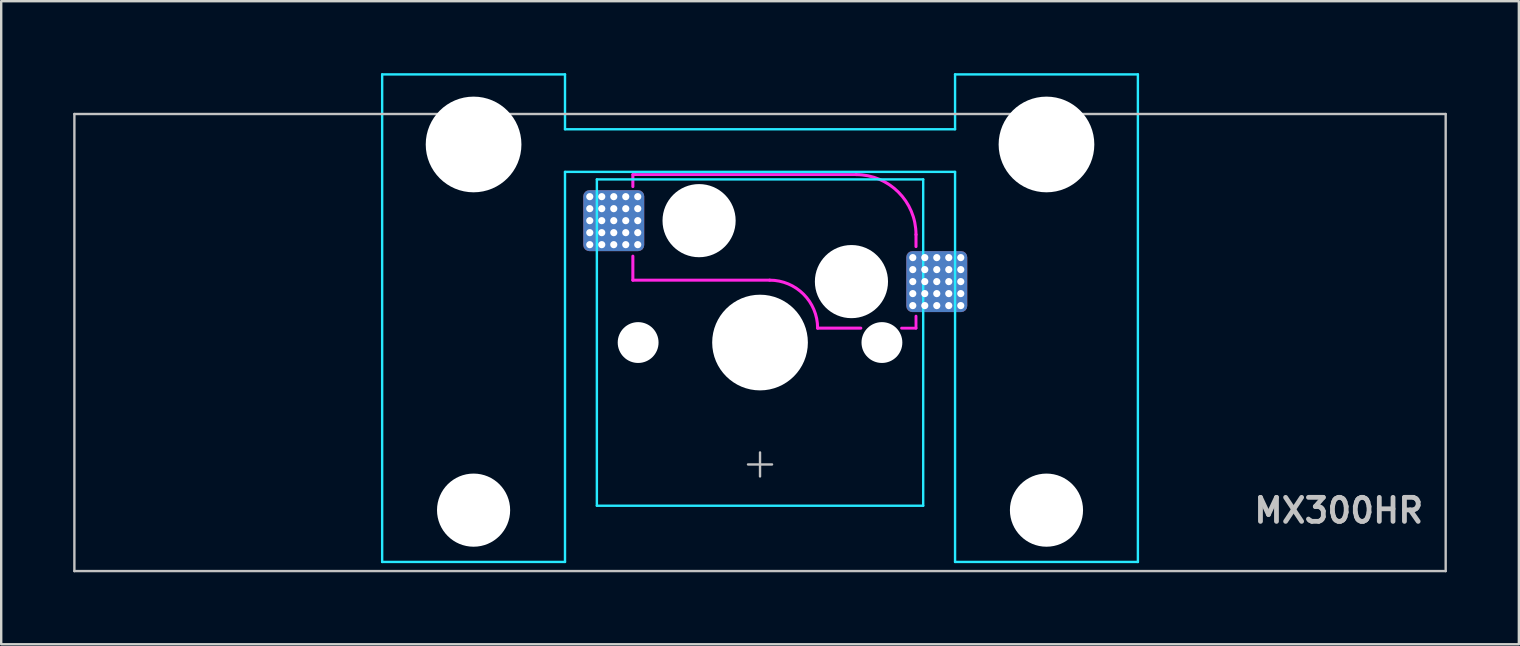
<source format=kicad_pcb>
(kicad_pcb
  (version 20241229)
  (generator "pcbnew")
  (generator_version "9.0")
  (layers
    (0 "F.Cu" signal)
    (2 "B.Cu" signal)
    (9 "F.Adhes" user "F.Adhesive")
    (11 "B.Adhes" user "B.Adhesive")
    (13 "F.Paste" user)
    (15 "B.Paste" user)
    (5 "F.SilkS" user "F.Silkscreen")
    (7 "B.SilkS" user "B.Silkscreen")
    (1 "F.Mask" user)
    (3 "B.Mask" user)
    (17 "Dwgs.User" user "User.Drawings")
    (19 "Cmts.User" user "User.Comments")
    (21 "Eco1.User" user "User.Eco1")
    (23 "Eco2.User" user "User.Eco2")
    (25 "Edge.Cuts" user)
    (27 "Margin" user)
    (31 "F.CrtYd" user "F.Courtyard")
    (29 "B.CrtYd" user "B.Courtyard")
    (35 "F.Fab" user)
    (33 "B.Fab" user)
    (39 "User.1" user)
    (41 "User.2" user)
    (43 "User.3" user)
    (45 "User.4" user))
  (footprint "MX300HR"
    (layer "F.Cu")
    (at 28.625 11.226)
    (property "Reference" "MX300HR" (at 27.75 7 0) (layer "Dwgs.User") (effects (font (size 1 1) (thickness 0.2)) (justify right)))
    (attr smd)
    (fp_line (start -28.575 -9.525) (end -28.575 9.525) (stroke (width 0.1) (type solid)) (layer "Dwgs.User"))
    (fp_line (start -28.575 -9.525) (end 28.575 -9.525) (stroke (width 0.1) (type solid)) (layer "Dwgs.User"))
    (fp_line (start -28.575 9.525) (end 28.575 9.525) (stroke (width 0.1) (type solid)) (layer "Dwgs.User"))
    (fp_line (start -0.5 5.08) (end 0.5 5.08) (stroke (width 0.1) (type solid)) (layer "Dwgs.User"))
    (fp_line (start 0 4.58) (end 0 5.58) (stroke (width 0.1) (type solid)) (layer "Dwgs.User"))
    (fp_line (start 28.575 -9.525) (end 28.575 9.525) (stroke (width 0.1) (type solid)) (layer "Dwgs.User"))
    (fp_line (start -15.438 -8.515) (end -15.438 5.485) (stroke (width 0.1) (type solid)) (layer "Eco1.User"))
    (fp_line (start -14.938 -9.015) (end -8.938 -9.015) (stroke (width 0.1) (type solid)) (layer "Eco1.User"))
    (fp_line (start -8.938 5.985) (end -14.938 5.985) (stroke (width 0.1) (type solid)) (layer "Eco1.User"))
    (fp_line (start -8.438 5.485) (end -8.438 -8.515) (stroke (width 0.1) (type solid)) (layer "Eco1.User"))
    (fp_line (start -7 -6.5) (end -7 6.5) (stroke (width 0.1) (type solid)) (layer "Eco1.User"))
    (fp_line (start -6.5 7) (end 6.5 7) (stroke (width 0.1) (type solid)) (layer "Eco1.User"))
    (fp_line (start 6.5 -7) (end -6.5 -7) (stroke (width 0.1) (type solid)) (layer "Eco1.User"))
    (fp_line (start 7 6.5) (end 7 -6.5) (stroke (width 0.1) (type solid)) (layer "Eco1.User"))
    (fp_line (start 8.438 -8.515) (end 8.438 5.485) (stroke (width 0.1) (type solid)) (layer "Eco1.User"))
    (fp_line (start 8.938 -9.015) (end 14.938 -9.015) (stroke (width 0.1) (type solid)) (layer "Eco1.User"))
    (fp_line (start 14.938 5.985) (end 8.938 5.985) (stroke (width 0.1) (type solid)) (layer "Eco1.User"))
    (fp_line (start 15.438 5.485) (end 15.438 -8.515) (stroke (width 0.1) (type solid)) (layer "Eco1.User"))
    (fp_arc (start -15.438 -8.515) (mid -15.291553 -8.868553) (end -14.938 -9.015) (stroke (width 0.1) (type solid)) (layer "Eco1.User"))
    (fp_arc (start -14.938 5.985) (mid -15.291553 5.838553) (end -15.438 5.485) (stroke (width 0.1) (type solid)) (layer "Eco1.User"))
    (fp_arc (start -8.938 -9.015) (mid -8.584447 -8.868553) (end -8.438 -8.515) (stroke (width 0.1) (type solid)) (layer "Eco1.User"))
    (fp_arc (start -8.438 5.485) (mid -8.584447 5.838553) (end -8.938 5.985) (stroke (width 0.1) (type solid)) (layer "Eco1.User"))
    (fp_arc (start -7 -6.5) (mid -6.853553 -6.853553) (end -6.5 -7) (stroke (width 0.1) (type solid)) (layer "Eco1.User"))
    (fp_arc (start -6.5 7) (mid -6.853553 6.853553) (end -7 6.5) (stroke (width 0.1) (type solid)) (layer "Eco1.User"))
    (fp_arc (start 6.5 -7) (mid 6.853553 -6.853553) (end 7 -6.5) (stroke (width 0.1) (type solid)) (layer "Eco1.User"))
    (fp_arc (start 7 6.5) (mid 6.853553 6.853553) (end 6.5 7) (stroke (width 0.1) (type solid)) (layer "Eco1.User"))
    (fp_arc (start 8.438 -8.515) (mid 8.584447 -8.868553) (end 8.938 -9.015) (stroke (width 0.1) (type solid)) (layer "Eco1.User"))
    (fp_arc (start 8.938 5.985) (mid 8.584447 5.838553) (end 8.438 5.485) (stroke (width 0.1) (type solid)) (layer "Eco1.User"))
    (fp_arc (start 14.938 -9.015) (mid 15.291553 -8.868553) (end 15.438 -8.515) (stroke (width 0.1) (type solid)) (layer "Eco1.User"))
    (fp_arc (start 15.438 5.485) (mid 15.291553 5.838553) (end 14.938 5.985) (stroke (width 0.1) (type solid)) (layer "Eco1.User"))
    (fp_line (start -15.748 -11.176) (end -15.748 9.144) (stroke (width 0.1) (type solid)) (layer "B.CrtYd"))
    (fp_line (start -15.748 -11.176) (end -8.128 -11.176) (stroke (width 0.1) (type solid)) (layer "B.CrtYd"))
    (fp_line (start -8.128 -8.89) (end -8.128 -11.176) (stroke (width 0.1) (type solid)) (layer "B.CrtYd"))
    (fp_line (start -8.128 -7.112) (end -8.128 9.142) (stroke (width 0.1) (type solid)) (layer "B.CrtYd"))
    (fp_line (start -8.128 9.144) (end -15.748 9.144) (stroke (width 0.1) (type solid)) (layer "B.CrtYd"))
    (fp_line (start -6.8 -6.8) (end -6.8 6.8) (stroke (width 0.1) (type solid)) (layer "B.CrtYd"))
    (fp_line (start 6.8 -6.8) (end -6.8 -6.8) (stroke (width 0.1) (type solid)) (layer "B.CrtYd"))
    (fp_line (start 6.8 -6.8) (end 6.8 6.8) (stroke (width 0.1) (type solid)) (layer "B.CrtYd"))
    (fp_line (start 6.8 6.8) (end -6.8 6.8) (stroke (width 0.1) (type solid)) (layer "B.CrtYd"))
    (fp_line (start 8.128 -8.89) (end -8.128 -8.89) (stroke (width 0.1) (type solid)) (layer "B.CrtYd"))
    (fp_line (start 8.128 -8.89) (end 8.128 -11.176) (stroke (width 0.1) (type solid)) (layer "B.CrtYd"))
    (fp_line (start 8.128 -7.112) (end -8.128 -7.112) (stroke (width 0.1) (type solid)) (layer "B.CrtYd"))
    (fp_line (start 8.128 -7.112) (end 8.128 9.144) (stroke (width 0.1) (type solid)) (layer "B.CrtYd"))
    (fp_line (start 8.128 9.144) (end 15.748 9.144) (stroke (width 0.1) (type solid)) (layer "B.CrtYd"))
    (fp_line (start 15.748 -11.176) (end 8.128 -11.176) (stroke (width 0.1) (type solid)) (layer "B.CrtYd"))
    (fp_line (start 15.748 9.144) (end 15.748 -11.176) (stroke (width 0.1) (type solid)) (layer "B.CrtYd"))
    (fp_line (start -5.3 -7) (end -5.3 -6.5) (stroke (width 0.127) (type solid)) (layer "F.CrtYd"))
    (fp_line (start -5.3 -3.6) (end -5.3 -2.6) (stroke (width 0.127) (type solid)) (layer "F.CrtYd"))
    (fp_line (start -5.2 -7) (end -5.3 -7) (stroke (width 0.12) (type solid)) (layer "F.CrtYd"))
    (fp_line (start 0.4 -2.6) (end -5.3 -2.6) (stroke (width 0.127) (type solid)) (layer "F.CrtYd"))
    (fp_line (start 4 -7) (end -5.2 -7) (stroke (width 0.12) (type solid)) (layer "F.CrtYd"))
    (fp_line (start 4.2 -0.6) (end 2.4 -0.6) (stroke (width 0.127) (type solid)) (layer "F.CrtYd"))
    (fp_line (start 6.5 -4.5) (end 6.5 -4) (stroke (width 0.127) (type solid)) (layer "F.CrtYd"))
    (fp_line (start 6.5 -1.1) (end 6.5 -0.6) (stroke (width 0.12) (type solid)) (layer "F.CrtYd"))
    (fp_line (start 6.5 -0.6) (end 5.9 -0.6) (stroke (width 0.12) (type solid)) (layer "F.CrtYd"))
    (fp_arc (start 0.4 -2.6) (mid 1.814214 -2.014214) (end 2.4 -0.6) (stroke (width 0.127) (type solid)) (layer "F.CrtYd"))
    (fp_arc (start 4 -7) (mid 5.767767 -6.267767) (end 6.5 -4.5) (stroke (width 0.127) (type solid)) (layer "F.CrtYd"))
    (pad "" np_thru_hole circle (at -11.938 -8.255 180) (size 3.988 3.988) (drill 3.988) (layers "*.Cu" "*.Mask"))
    (pad "" np_thru_hole circle (at -11.938 6.985 180) (size 3.048 3.048) (drill 3.048) (layers "*.Cu" "*.Mask"))
    (pad "" np_thru_hole circle (at -5.08 0) (size 1.702 1.702) (drill 1.702) (layers "*.Cu" "*.Mask"))
    (pad "" np_thru_hole circle (at -2.54 -5.08) (size 3.048 3.048) (drill 3.048) (layers "*.Cu" "*.Mask"))
    (pad "" np_thru_hole circle (at 0 0) (size 3.988 3.988) (drill 3.988) (layers "*.Cu" "*.Mask"))
    (pad "" np_thru_hole circle (at 3.81 -2.54) (size 3.048 3.048) (drill 3.048) (layers "*.Cu" "*.Mask"))
    (pad "" np_thru_hole circle (at 5.08 0) (size 1.702 1.702) (drill 1.702) (layers "*.Cu" "*.Mask"))
    (pad "" np_thru_hole circle (at 11.938 -8.255 180) (size 3.988 3.988) (drill 3.988) (layers "*.Cu" "*.Mask"))
    (pad "" np_thru_hole circle (at 11.938 6.985 180) (size 3.048 3.048) (drill 3.048) (layers "*.Cu" "*.Mask"))
    (pad "1" thru_hole circle (at -7.096 -6.08) (size 0.3 0.3) (drill 0.3) (layers "*.Cu" "F.Mask"))
    (pad "1" thru_hole circle (at -7.096 -5.58) (size 0.3 0.3) (drill 0.3) (layers "*.Cu" "F.Mask"))
    (pad "1" thru_hole circle (at -7.096 -5.08) (size 0.3 0.3) (drill 0.3) (layers "*.Cu" "F.Mask"))
    (pad "1" thru_hole circle (at -7.096 -4.58) (size 0.3 0.3) (drill 0.3) (layers "*.Cu" "F.Mask"))
    (pad "1" thru_hole circle (at -7.096 -4.08) (size 0.3 0.3) (drill 0.3) (layers "*.Cu" "F.Mask"))
    (pad "1" thru_hole circle (at -6.596 -6.08) (size 0.3 0.3) (drill 0.3) (layers "*.Cu" "F.Mask"))
    (pad "1" thru_hole circle (at -6.596 -5.58) (size 0.3 0.3) (drill 0.3) (layers "*.Cu" "F.Mask"))
    (pad "1" thru_hole circle (at -6.596 -5.08) (size 0.3 0.3) (drill 0.3) (layers "*.Cu" "F.Mask"))
    (pad "1" thru_hole circle (at -6.596 -4.58) (size 0.3 0.3) (drill 0.3) (layers "*.Cu" "F.Mask"))
    (pad "1" thru_hole circle (at -6.596 -4.08) (size 0.3 0.3) (drill 0.3) (layers "*.Cu" "F.Mask"))
    (pad "1" thru_hole circle (at -6.096 -6.08) (size 0.3 0.3) (drill 0.3) (layers "*.Cu" "F.Mask"))
    (pad "1" thru_hole circle (at -6.096 -5.58) (size 0.3 0.3) (drill 0.3) (layers "*.Cu" "F.Mask"))
    (pad "1" thru_hole circle (at -6.096 -5.08) (size 0.3 0.3) (drill 0.3) (layers "*.Cu" "F.Mask"))
    (pad "1" smd roundrect (at -6.096 -5.08) (size 2.54 2.54) (layers "F.Cu" "F.Mask") (roundrect_rratio 0.1))
    (pad "1" smd roundrect (at -6.096 -5.08) (size 2.54 2.54) (layers "B.Cu") (roundrect_rratio 0.1))
    (pad "1" thru_hole circle (at -6.096 -4.58) (size 0.3 0.3) (drill 0.3) (layers "*.Cu" "F.Mask"))
    (pad "1" thru_hole circle (at -6.096 -4.08) (size 0.3 0.3) (drill 0.3) (layers "*.Cu" "F.Mask"))
    (pad "1" thru_hole circle (at -5.596 -6.08) (size 0.3 0.3) (drill 0.3) (layers "*.Cu" "F.Mask"))
    (pad "1" thru_hole circle (at -5.596 -5.58) (size 0.3 0.3) (drill 0.3) (layers "*.Cu" "F.Mask"))
    (pad "1" thru_hole circle (at -5.596 -5.08) (size 0.3 0.3) (drill 0.3) (layers "*.Cu" "F.Mask"))
    (pad "1" thru_hole circle (at -5.596 -4.58) (size 0.3 0.3) (drill 0.3) (layers "*.Cu" "F.Mask"))
    (pad "1" thru_hole circle (at -5.596 -4.08) (size 0.3 0.3) (drill 0.3) (layers "*.Cu" "F.Mask"))
    (pad "1" thru_hole circle (at -5.096 -6.08) (size 0.3 0.3) (drill 0.3) (layers "*.Cu" "F.Mask"))
    (pad "1" thru_hole circle (at -5.096 -5.58) (size 0.3 0.3) (drill 0.3) (layers "*.Cu" "F.Mask"))
    (pad "1" thru_hole circle (at -5.096 -5.08) (size 0.3 0.3) (drill 0.3) (layers "*.Cu" "F.Mask"))
    (pad "1" thru_hole circle (at -5.096 -4.58) (size 0.3 0.3) (drill 0.3) (layers "*.Cu" "F.Mask"))
    (pad "1" thru_hole circle (at -5.096 -4.08) (size 0.3 0.3) (drill 0.3) (layers "*.Cu" "F.Mask"))
    (pad "2" thru_hole circle (at 6.366 -3.54) (size 0.3 0.3) (drill 0.3) (layers "*.Cu" "F.Mask"))
    (pad "2" thru_hole circle (at 6.366 -3.04) (size 0.3 0.3) (drill 0.3) (layers "*.Cu" "F.Mask"))
    (pad "2" thru_hole circle (at 6.366 -2.54) (size 0.3 0.3) (drill 0.3) (layers "*.Cu" "F.Mask"))
    (pad "2" thru_hole circle (at 6.366 -2.04) (size 0.3 0.3) (drill 0.3) (layers "*.Cu" "F.Mask"))
    (pad "2" thru_hole circle (at 6.366 -1.54) (size 0.3 0.3) (drill 0.3) (layers "*.Cu" "F.Mask"))
    (pad "2" thru_hole circle (at 6.866 -3.54) (size 0.3 0.3) (drill 0.3) (layers "*.Cu" "F.Mask"))
    (pad "2" thru_hole circle (at 6.866 -3.04) (size 0.3 0.3) (drill 0.3) (layers "*.Cu" "F.Mask"))
    (pad "2" thru_hole circle (at 6.866 -2.54) (size 0.3 0.3) (drill 0.3) (layers "*.Cu" "F.Mask"))
    (pad "2" thru_hole circle (at 6.866 -2.04) (size 0.3 0.3) (drill 0.3) (layers "*.Cu" "F.Mask"))
    (pad "2" thru_hole circle (at 6.866 -1.54) (size 0.3 0.3) (drill 0.3) (layers "*.Cu" "F.Mask"))
    (pad "2" thru_hole circle (at 7.366 -3.54) (size 0.3 0.3) (drill 0.3) (layers "*.Cu" "F.Mask"))
    (pad "2" thru_hole circle (at 7.366 -3.04) (size 0.3 0.3) (drill 0.3) (layers "*.Cu" "F.Mask"))
    (pad "2" thru_hole circle (at 7.366 -2.54) (size 0.3 0.3) (drill 0.3) (layers "*.Cu" "F.Mask"))
    (pad "2" smd roundrect (at 7.366 -2.54) (size 2.54 2.54) (layers "F.Cu" "F.Mask") (roundrect_rratio 0.1))
    (pad "2" smd roundrect (at 7.366 -2.54) (size 2.54 2.54) (layers "B.Cu") (roundrect_rratio 0.1))
    (pad "2" thru_hole circle (at 7.366 -2.04) (size 0.3 0.3) (drill 0.3) (layers "*.Cu" "F.Mask"))
    (pad "2" thru_hole circle (at 7.366 -1.54) (size 0.3 0.3) (drill 0.3) (layers "*.Cu" "F.Mask"))
    (pad "2" thru_hole circle (at 7.866 -3.54) (size 0.3 0.3) (drill 0.3) (layers "*.Cu" "F.Mask"))
    (pad "2" thru_hole circle (at 7.866 -3.04) (size 0.3 0.3) (drill 0.3) (layers "*.Cu" "F.Mask"))
    (pad "2" thru_hole circle (at 7.866 -2.54) (size 0.3 0.3) (drill 0.3) (layers "*.Cu" "F.Mask"))
    (pad "2" thru_hole circle (at 7.866 -2.04) (size 0.3 0.3) (drill 0.3) (layers "*.Cu" "F.Mask"))
    (pad "2" thru_hole circle (at 7.866 -1.54) (size 0.3 0.3) (drill 0.3) (layers "*.Cu" "F.Mask"))
    (pad "2" thru_hole circle (at 8.366 -3.54) (size 0.3 0.3) (drill 0.3) (layers "*.Cu" "F.Mask"))
    (pad "2" thru_hole circle (at 8.366 -3.04) (size 0.3 0.3) (drill 0.3) (layers "*.Cu" "F.Mask"))
    (pad "2" thru_hole circle (at 8.366 -2.54) (size 0.3 0.3) (drill 0.3) (layers "*.Cu" "F.Mask"))
    (pad "2" thru_hole circle (at 8.366 -2.04) (size 0.3 0.3) (drill 0.3) (layers "*.Cu" "F.Mask"))
    (pad "2" thru_hole circle (at 8.366 -1.54) (size 0.3 0.3) (drill 0.3) (layers "*.Cu" "F.Mask")))
  (gr_rect
    (start -3 -3)
    (end 60.25 23.801)
    (stroke (width 0.1) (type default))
    (fill no)
    (layer "Edge.Cuts")))
</source>
